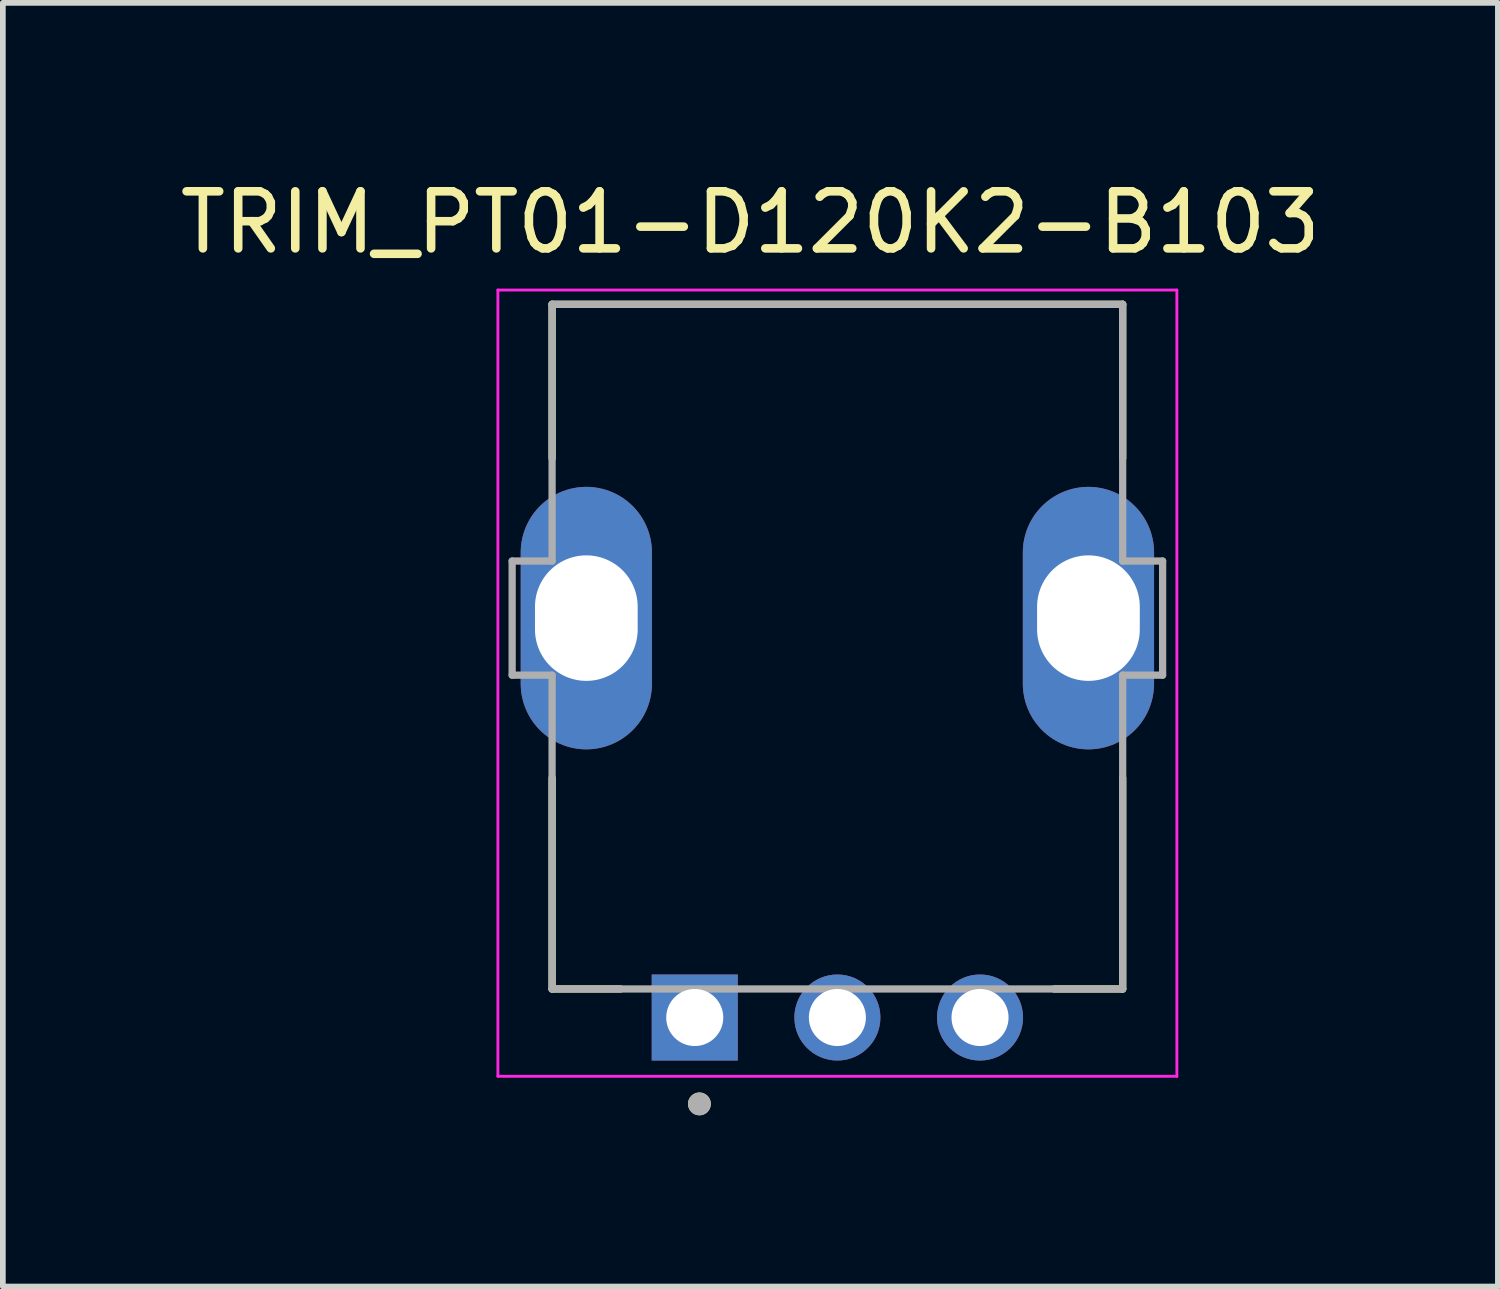
<source format=kicad_pcb>
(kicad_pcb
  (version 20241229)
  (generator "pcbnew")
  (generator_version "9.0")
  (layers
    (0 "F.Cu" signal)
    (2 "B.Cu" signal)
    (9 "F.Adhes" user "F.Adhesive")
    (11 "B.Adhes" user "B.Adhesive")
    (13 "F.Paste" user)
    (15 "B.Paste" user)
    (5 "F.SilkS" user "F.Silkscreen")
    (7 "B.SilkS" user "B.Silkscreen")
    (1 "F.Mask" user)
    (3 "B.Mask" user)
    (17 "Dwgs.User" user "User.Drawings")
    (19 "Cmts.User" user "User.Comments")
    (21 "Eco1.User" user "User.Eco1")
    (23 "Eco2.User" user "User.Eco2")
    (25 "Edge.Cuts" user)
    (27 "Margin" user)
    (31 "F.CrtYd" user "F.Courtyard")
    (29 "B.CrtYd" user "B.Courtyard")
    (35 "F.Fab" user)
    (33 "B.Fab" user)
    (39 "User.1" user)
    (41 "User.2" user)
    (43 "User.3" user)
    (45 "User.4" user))
  (footprint "TRIM_PT01-D120K2-B103"
    (layer "F.Cu")
    (at 11.626 7.783)
    (property "Reference" "TRIM_PT01-D120K2-B103" (at -1.525 -6.935 0) (layer "F.SilkS") (effects (font (size 1 1) (thickness 0.15))))
    (attr through_hole)
    (fp_line (start -5 -5.5) (end 5 -5.5) (stroke (width 0.127) (type solid)) (layer "F.SilkS"))
    (fp_line (start -5 -2.8) (end -5 -5.5) (stroke (width 0.127) (type solid)) (layer "F.SilkS"))
    (fp_line (start -5 2.8) (end -5 6.5) (stroke (width 0.127) (type solid)) (layer "F.SilkS"))
    (fp_line (start -5 6.5) (end -3.8 6.5) (stroke (width 0.127) (type solid)) (layer "F.SilkS"))
    (fp_line (start 5 -5.5) (end 5 -2.8) (stroke (width 0.127) (type solid)) (layer "F.SilkS"))
    (fp_line (start 5 2.8) (end 5 6.5) (stroke (width 0.127) (type solid)) (layer "F.SilkS"))
    (fp_line (start 5 6.5) (end 3.8 6.5) (stroke (width 0.127) (type solid)) (layer "F.SilkS"))
    (fp_circle (center -2.418 8.514) (end -2.318 8.514) (stroke (width 0.2) (type solid)) (fill no) (layer "F.SilkS"))
    (fp_line (start -5.95 -5.75) (end 5.95 -5.75) (stroke (width 0.05) (type solid)) (layer "F.CrtYd"))
    (fp_line (start -5.95 8.03) (end -5.95 -5.75) (stroke (width 0.05) (type solid)) (layer "F.CrtYd"))
    (fp_line (start 5.95 -5.75) (end 5.95 8.03) (stroke (width 0.05) (type solid)) (layer "F.CrtYd"))
    (fp_line (start 5.95 8.03) (end -5.95 8.03) (stroke (width 0.05) (type solid)) (layer "F.CrtYd"))
    (fp_line (start -5.7 -1) (end -5 -1) (stroke (width 0.127) (type solid)) (layer "F.Fab"))
    (fp_line (start -5.7 1) (end -5.7 -1) (stroke (width 0.127) (type solid)) (layer "F.Fab"))
    (fp_line (start -5 -5.5) (end 5 -5.5) (stroke (width 0.127) (type solid)) (layer "F.Fab"))
    (fp_line (start -5 -1) (end -5 -5.5) (stroke (width 0.127) (type solid)) (layer "F.Fab"))
    (fp_line (start -5 1) (end -5.7 1) (stroke (width 0.127) (type solid)) (layer "F.Fab"))
    (fp_line (start -5 6.5) (end -5 1) (stroke (width 0.127) (type solid)) (layer "F.Fab"))
    (fp_line (start -5 6.5) (end 5 6.5) (stroke (width 0.127) (type solid)) (layer "F.Fab"))
    (fp_line (start 5 -5.5) (end 5 -1) (stroke (width 0.127) (type solid)) (layer "F.Fab"))
    (fp_line (start 5 -1) (end 5.7 -1) (stroke (width 0.127) (type solid)) (layer "F.Fab"))
    (fp_line (start 5 1) (end 5 6.5) (stroke (width 0.127) (type solid)) (layer "F.Fab"))
    (fp_line (start 5.7 -1) (end 5.7 1) (stroke (width 0.127) (type solid)) (layer "F.Fab"))
    (fp_line (start 5.7 1) (end 5 1) (stroke (width 0.127) (type solid)) (layer "F.Fab"))
    (fp_circle (center -2.418 8.514) (end -2.318 8.514) (stroke (width 0.2) (type solid)) (fill no) (layer "F.Fab"))
    (pad "" thru_hole oval (at -4.4 0) (size 2.3 4.6) (drill oval 1.8 2.2) (layers "*.Cu" "*.Mask"))
    (pad "" thru_hole oval (at 4.4 0) (size 2.3 4.6) (drill oval 1.8 2.2) (layers "*.Cu" "*.Mask"))
    (pad "1" thru_hole rect (at -2.5 7) (size 1.508 1.508) (drill 1) (layers "*.Cu" "*.Mask"))
    (pad "2" thru_hole circle (at 0 7) (size 1.508 1.508) (drill 1) (layers "*.Cu" "*.Mask"))
    (pad "3" thru_hole circle (at 2.5 7) (size 1.508 1.508) (drill 1) (layers "*.Cu" "*.Mask")))
  (gr_rect
    (start -3 -3)
    (end 23.202 19.497)
    (stroke (width 0.1) (type default))
    (fill no)
    (layer "Edge.Cuts")))
</source>
